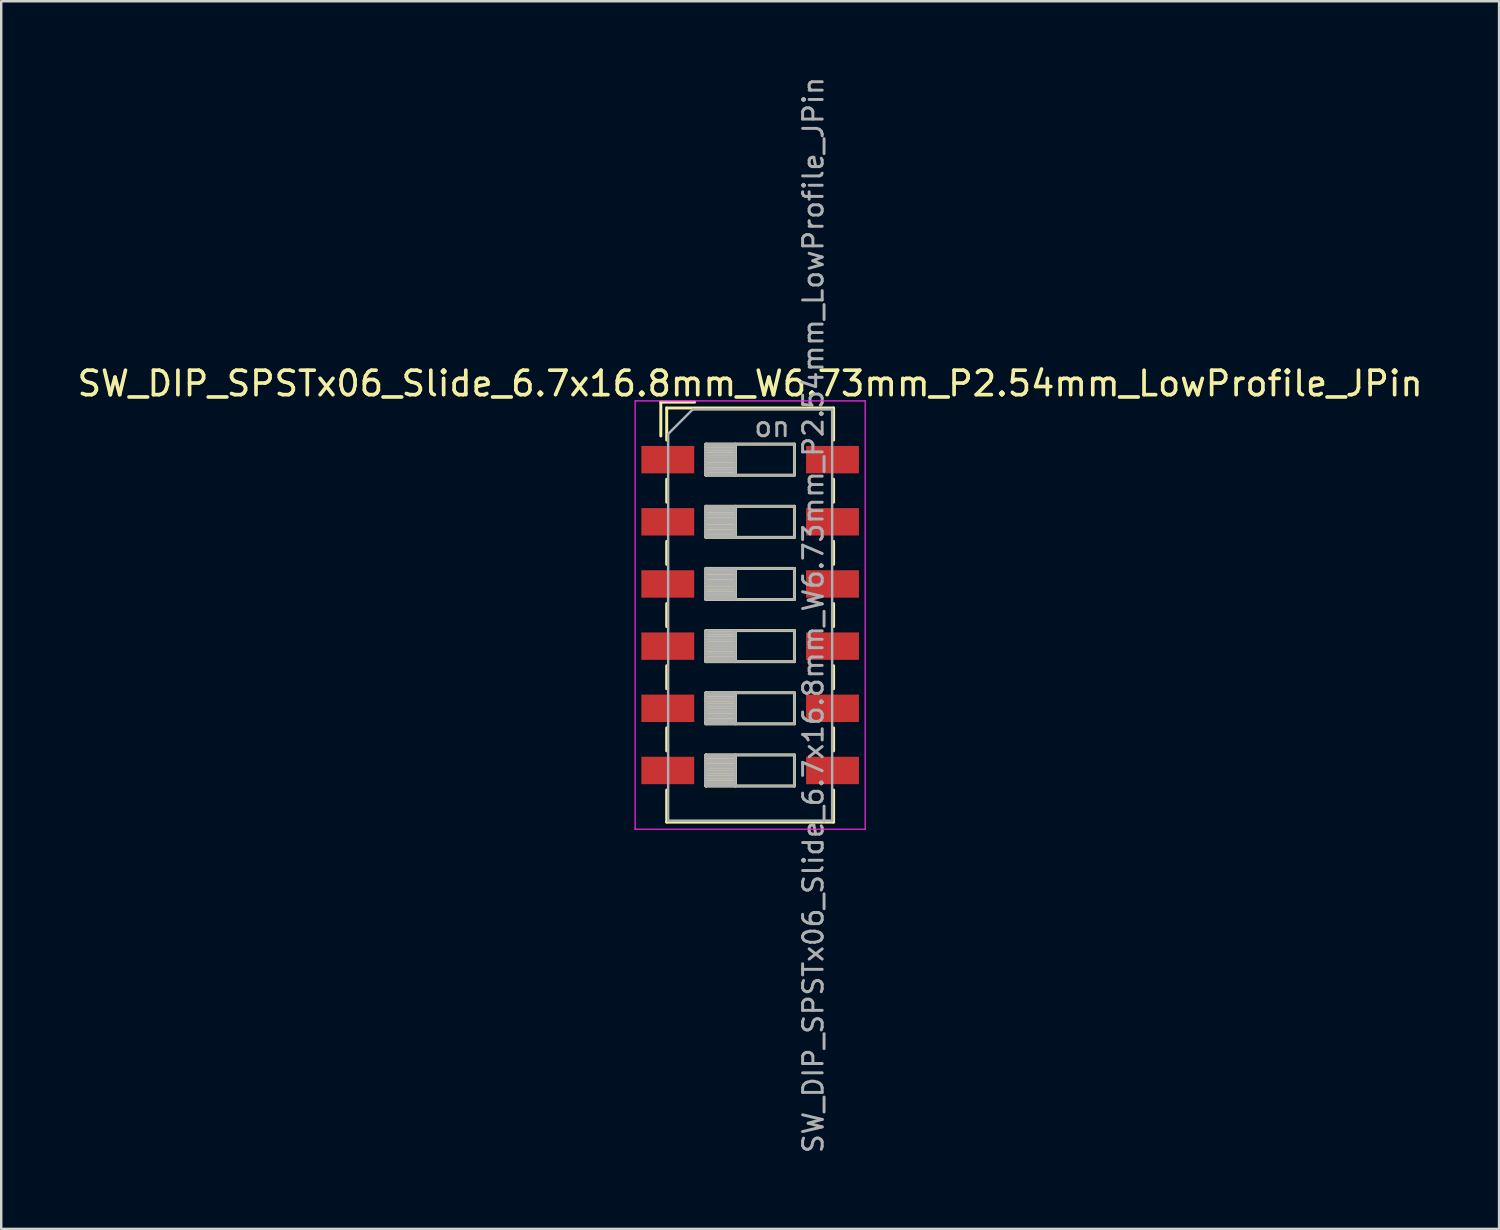
<source format=kicad_pcb>
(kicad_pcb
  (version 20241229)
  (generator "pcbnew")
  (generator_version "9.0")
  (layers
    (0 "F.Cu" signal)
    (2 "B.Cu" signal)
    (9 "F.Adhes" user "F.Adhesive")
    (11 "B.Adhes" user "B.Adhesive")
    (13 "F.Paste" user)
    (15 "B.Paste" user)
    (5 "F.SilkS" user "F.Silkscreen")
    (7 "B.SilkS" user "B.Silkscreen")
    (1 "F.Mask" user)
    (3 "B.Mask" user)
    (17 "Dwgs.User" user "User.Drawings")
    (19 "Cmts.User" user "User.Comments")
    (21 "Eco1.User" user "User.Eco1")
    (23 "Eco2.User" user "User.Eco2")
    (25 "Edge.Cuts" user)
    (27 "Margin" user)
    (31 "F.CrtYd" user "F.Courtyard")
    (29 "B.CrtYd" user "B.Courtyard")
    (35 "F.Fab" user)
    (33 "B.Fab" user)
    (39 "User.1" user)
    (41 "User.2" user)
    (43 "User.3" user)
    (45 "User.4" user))
  (footprint "SW_DIP_SPSTx06_Slide_6.7x16.8mm_W6.73mm_P2.54mm_LowProfile_JPin"
    (layer "F.Cu")
    (at 27.601 22.081)
    (property "Reference" "SW_DIP_SPSTx06_Slide_6.7x16.8mm_W6.73mm_P2.54mm_LowProfile_JPin" (at 0 -9.46 0) (layer "F.SilkS") (effects (font (size 1 1) (thickness 0.15))))
    (attr smd)
    (fp_line (start -3.65 -8.7) (end -3.65 -7.317) (stroke (width 0.12) (type solid)) (layer "F.SilkS"))
    (fp_line (start -3.65 -8.7) (end -2.267 -8.7) (stroke (width 0.12) (type solid)) (layer "F.SilkS"))
    (fp_line (start -3.41 -8.46) (end -3.41 -7.15) (stroke (width 0.12) (type solid)) (layer "F.SilkS"))
    (fp_line (start -3.41 -8.46) (end 3.41 -8.46) (stroke (width 0.12) (type solid)) (layer "F.SilkS"))
    (fp_line (start -3.41 -5.55) (end -3.41 -4.61) (stroke (width 0.12) (type solid)) (layer "F.SilkS"))
    (fp_line (start -3.41 -3.01) (end -3.41 -2.07) (stroke (width 0.12) (type solid)) (layer "F.SilkS"))
    (fp_line (start -3.41 -0.47) (end -3.41 0.47) (stroke (width 0.12) (type solid)) (layer "F.SilkS"))
    (fp_line (start -3.41 2.07) (end -3.41 3.01) (stroke (width 0.12) (type solid)) (layer "F.SilkS"))
    (fp_line (start -3.41 4.61) (end -3.41 5.55) (stroke (width 0.12) (type solid)) (layer "F.SilkS"))
    (fp_line (start -3.41 7.15) (end -3.41 8.461) (stroke (width 0.12) (type solid)) (layer "F.SilkS"))
    (fp_line (start -3.41 8.461) (end 3.41 8.461) (stroke (width 0.12) (type solid)) (layer "F.SilkS"))
    (fp_line (start -1.81 -6.985) (end -1.81 -5.715) (stroke (width 0.12) (type solid)) (layer "F.SilkS"))
    (fp_line (start -1.81 -6.865) (end -0.603 -6.865) (stroke (width 0.12) (type solid)) (layer "F.SilkS"))
    (fp_line (start -1.81 -6.745) (end -0.603 -6.745) (stroke (width 0.12) (type solid)) (layer "F.SilkS"))
    (fp_line (start -1.81 -6.625) (end -0.603 -6.625) (stroke (width 0.12) (type solid)) (layer "F.SilkS"))
    (fp_line (start -1.81 -6.505) (end -0.603 -6.505) (stroke (width 0.12) (type solid)) (layer "F.SilkS"))
    (fp_line (start -1.81 -6.385) (end -0.603 -6.385) (stroke (width 0.12) (type solid)) (layer "F.SilkS"))
    (fp_line (start -1.81 -6.265) (end -0.603 -6.265) (stroke (width 0.12) (type solid)) (layer "F.SilkS"))
    (fp_line (start -1.81 -6.145) (end -0.603 -6.145) (stroke (width 0.12) (type solid)) (layer "F.SilkS"))
    (fp_line (start -1.81 -6.025) (end -0.603 -6.025) (stroke (width 0.12) (type solid)) (layer "F.SilkS"))
    (fp_line (start -1.81 -5.905) (end -0.603 -5.905) (stroke (width 0.12) (type solid)) (layer "F.SilkS"))
    (fp_line (start -1.81 -5.785) (end -0.603 -5.785) (stroke (width 0.12) (type solid)) (layer "F.SilkS"))
    (fp_line (start -1.81 -5.715) (end 1.81 -5.715) (stroke (width 0.12) (type solid)) (layer "F.SilkS"))
    (fp_line (start -1.81 -4.445) (end -1.81 -3.175) (stroke (width 0.12) (type solid)) (layer "F.SilkS"))
    (fp_line (start -1.81 -4.325) (end -0.603 -4.325) (stroke (width 0.12) (type solid)) (layer "F.SilkS"))
    (fp_line (start -1.81 -4.205) (end -0.603 -4.205) (stroke (width 0.12) (type solid)) (layer "F.SilkS"))
    (fp_line (start -1.81 -4.085) (end -0.603 -4.085) (stroke (width 0.12) (type solid)) (layer "F.SilkS"))
    (fp_line (start -1.81 -3.965) (end -0.603 -3.965) (stroke (width 0.12) (type solid)) (layer "F.SilkS"))
    (fp_line (start -1.81 -3.845) (end -0.603 -3.845) (stroke (width 0.12) (type solid)) (layer "F.SilkS"))
    (fp_line (start -1.81 -3.725) (end -0.603 -3.725) (stroke (width 0.12) (type solid)) (layer "F.SilkS"))
    (fp_line (start -1.81 -3.605) (end -0.603 -3.605) (stroke (width 0.12) (type solid)) (layer "F.SilkS"))
    (fp_line (start -1.81 -3.485) (end -0.603 -3.485) (stroke (width 0.12) (type solid)) (layer "F.SilkS"))
    (fp_line (start -1.81 -3.365) (end -0.603 -3.365) (stroke (width 0.12) (type solid)) (layer "F.SilkS"))
    (fp_line (start -1.81 -3.245) (end -0.603 -3.245) (stroke (width 0.12) (type solid)) (layer "F.SilkS"))
    (fp_line (start -1.81 -3.175) (end 1.81 -3.175) (stroke (width 0.12) (type solid)) (layer "F.SilkS"))
    (fp_line (start -1.81 -1.905) (end -1.81 -0.635) (stroke (width 0.12) (type solid)) (layer "F.SilkS"))
    (fp_line (start -1.81 -1.785) (end -0.603 -1.785) (stroke (width 0.12) (type solid)) (layer "F.SilkS"))
    (fp_line (start -1.81 -1.665) (end -0.603 -1.665) (stroke (width 0.12) (type solid)) (layer "F.SilkS"))
    (fp_line (start -1.81 -1.545) (end -0.603 -1.545) (stroke (width 0.12) (type solid)) (layer "F.SilkS"))
    (fp_line (start -1.81 -1.425) (end -0.603 -1.425) (stroke (width 0.12) (type solid)) (layer "F.SilkS"))
    (fp_line (start -1.81 -1.305) (end -0.603 -1.305) (stroke (width 0.12) (type solid)) (layer "F.SilkS"))
    (fp_line (start -1.81 -1.185) (end -0.603 -1.185) (stroke (width 0.12) (type solid)) (layer "F.SilkS"))
    (fp_line (start -1.81 -1.065) (end -0.603 -1.065) (stroke (width 0.12) (type solid)) (layer "F.SilkS"))
    (fp_line (start -1.81 -0.945) (end -0.603 -0.945) (stroke (width 0.12) (type solid)) (layer "F.SilkS"))
    (fp_line (start -1.81 -0.825) (end -0.603 -0.825) (stroke (width 0.12) (type solid)) (layer "F.SilkS"))
    (fp_line (start -1.81 -0.705) (end -0.603 -0.705) (stroke (width 0.12) (type solid)) (layer "F.SilkS"))
    (fp_line (start -1.81 -0.635) (end 1.81 -0.635) (stroke (width 0.12) (type solid)) (layer "F.SilkS"))
    (fp_line (start -1.81 0.635) (end -1.81 1.905) (stroke (width 0.12) (type solid)) (layer "F.SilkS"))
    (fp_line (start -1.81 0.755) (end -0.603 0.755) (stroke (width 0.12) (type solid)) (layer "F.SilkS"))
    (fp_line (start -1.81 0.875) (end -0.603 0.875) (stroke (width 0.12) (type solid)) (layer "F.SilkS"))
    (fp_line (start -1.81 0.995) (end -0.603 0.995) (stroke (width 0.12) (type solid)) (layer "F.SilkS"))
    (fp_line (start -1.81 1.115) (end -0.603 1.115) (stroke (width 0.12) (type solid)) (layer "F.SilkS"))
    (fp_line (start -1.81 1.235) (end -0.603 1.235) (stroke (width 0.12) (type solid)) (layer "F.SilkS"))
    (fp_line (start -1.81 1.355) (end -0.603 1.355) (stroke (width 0.12) (type solid)) (layer "F.SilkS"))
    (fp_line (start -1.81 1.475) (end -0.603 1.475) (stroke (width 0.12) (type solid)) (layer "F.SilkS"))
    (fp_line (start -1.81 1.595) (end -0.603 1.595) (stroke (width 0.12) (type solid)) (layer "F.SilkS"))
    (fp_line (start -1.81 1.715) (end -0.603 1.715) (stroke (width 0.12) (type solid)) (layer "F.SilkS"))
    (fp_line (start -1.81 1.835) (end -0.603 1.835) (stroke (width 0.12) (type solid)) (layer "F.SilkS"))
    (fp_line (start -1.81 1.905) (end 1.81 1.905) (stroke (width 0.12) (type solid)) (layer "F.SilkS"))
    (fp_line (start -1.81 3.175) (end -1.81 4.445) (stroke (width 0.12) (type solid)) (layer "F.SilkS"))
    (fp_line (start -1.81 3.295) (end -0.603 3.295) (stroke (width 0.12) (type solid)) (layer "F.SilkS"))
    (fp_line (start -1.81 3.415) (end -0.603 3.415) (stroke (width 0.12) (type solid)) (layer "F.SilkS"))
    (fp_line (start -1.81 3.535) (end -0.603 3.535) (stroke (width 0.12) (type solid)) (layer "F.SilkS"))
    (fp_line (start -1.81 3.655) (end -0.603 3.655) (stroke (width 0.12) (type solid)) (layer "F.SilkS"))
    (fp_line (start -1.81 3.775) (end -0.603 3.775) (stroke (width 0.12) (type solid)) (layer "F.SilkS"))
    (fp_line (start -1.81 3.895) (end -0.603 3.895) (stroke (width 0.12) (type solid)) (layer "F.SilkS"))
    (fp_line (start -1.81 4.015) (end -0.603 4.015) (stroke (width 0.12) (type solid)) (layer "F.SilkS"))
    (fp_line (start -1.81 4.135) (end -0.603 4.135) (stroke (width 0.12) (type solid)) (layer "F.SilkS"))
    (fp_line (start -1.81 4.255) (end -0.603 4.255) (stroke (width 0.12) (type solid)) (layer "F.SilkS"))
    (fp_line (start -1.81 4.375) (end -0.603 4.375) (stroke (width 0.12) (type solid)) (layer "F.SilkS"))
    (fp_line (start -1.81 4.445) (end 1.81 4.445) (stroke (width 0.12) (type solid)) (layer "F.SilkS"))
    (fp_line (start -1.81 5.715) (end -1.81 6.985) (stroke (width 0.12) (type solid)) (layer "F.SilkS"))
    (fp_line (start -1.81 5.835) (end -0.603 5.835) (stroke (width 0.12) (type solid)) (layer "F.SilkS"))
    (fp_line (start -1.81 5.955) (end -0.603 5.955) (stroke (width 0.12) (type solid)) (layer "F.SilkS"))
    (fp_line (start -1.81 6.075) (end -0.603 6.075) (stroke (width 0.12) (type solid)) (layer "F.SilkS"))
    (fp_line (start -1.81 6.195) (end -0.603 6.195) (stroke (width 0.12) (type solid)) (layer "F.SilkS"))
    (fp_line (start -1.81 6.315) (end -0.603 6.315) (stroke (width 0.12) (type solid)) (layer "F.SilkS"))
    (fp_line (start -1.81 6.435) (end -0.603 6.435) (stroke (width 0.12) (type solid)) (layer "F.SilkS"))
    (fp_line (start -1.81 6.555) (end -0.603 6.555) (stroke (width 0.12) (type solid)) (layer "F.SilkS"))
    (fp_line (start -1.81 6.675) (end -0.603 6.675) (stroke (width 0.12) (type solid)) (layer "F.SilkS"))
    (fp_line (start -1.81 6.795) (end -0.603 6.795) (stroke (width 0.12) (type solid)) (layer "F.SilkS"))
    (fp_line (start -1.81 6.915) (end -0.603 6.915) (stroke (width 0.12) (type solid)) (layer "F.SilkS"))
    (fp_line (start -1.81 6.985) (end 1.81 6.985) (stroke (width 0.12) (type solid)) (layer "F.SilkS"))
    (fp_line (start -0.603 -6.985) (end -0.603 -5.715) (stroke (width 0.12) (type solid)) (layer "F.SilkS"))
    (fp_line (start -0.603 -4.445) (end -0.603 -3.175) (stroke (width 0.12) (type solid)) (layer "F.SilkS"))
    (fp_line (start -0.603 -1.905) (end -0.603 -0.635) (stroke (width 0.12) (type solid)) (layer "F.SilkS"))
    (fp_line (start -0.603 0.635) (end -0.603 1.905) (stroke (width 0.12) (type solid)) (layer "F.SilkS"))
    (fp_line (start -0.603 3.175) (end -0.603 4.445) (stroke (width 0.12) (type solid)) (layer "F.SilkS"))
    (fp_line (start -0.603 5.715) (end -0.603 6.985) (stroke (width 0.12) (type solid)) (layer "F.SilkS"))
    (fp_line (start 1.81 -6.985) (end -1.81 -6.985) (stroke (width 0.12) (type solid)) (layer "F.SilkS"))
    (fp_line (start 1.81 -5.715) (end 1.81 -6.985) (stroke (width 0.12) (type solid)) (layer "F.SilkS"))
    (fp_line (start 1.81 -4.445) (end -1.81 -4.445) (stroke (width 0.12) (type solid)) (layer "F.SilkS"))
    (fp_line (start 1.81 -3.175) (end 1.81 -4.445) (stroke (width 0.12) (type solid)) (layer "F.SilkS"))
    (fp_line (start 1.81 -1.905) (end -1.81 -1.905) (stroke (width 0.12) (type solid)) (layer "F.SilkS"))
    (fp_line (start 1.81 -0.635) (end 1.81 -1.905) (stroke (width 0.12) (type solid)) (layer "F.SilkS"))
    (fp_line (start 1.81 0.635) (end -1.81 0.635) (stroke (width 0.12) (type solid)) (layer "F.SilkS"))
    (fp_line (start 1.81 1.905) (end 1.81 0.635) (stroke (width 0.12) (type solid)) (layer "F.SilkS"))
    (fp_line (start 1.81 3.175) (end -1.81 3.175) (stroke (width 0.12) (type solid)) (layer "F.SilkS"))
    (fp_line (start 1.81 4.445) (end 1.81 3.175) (stroke (width 0.12) (type solid)) (layer "F.SilkS"))
    (fp_line (start 1.81 5.715) (end -1.81 5.715) (stroke (width 0.12) (type solid)) (layer "F.SilkS"))
    (fp_line (start 1.81 6.985) (end 1.81 5.715) (stroke (width 0.12) (type solid)) (layer "F.SilkS"))
    (fp_line (start 3.41 -8.46) (end 3.41 -7.15) (stroke (width 0.12) (type solid)) (layer "F.SilkS"))
    (fp_line (start 3.41 -5.55) (end 3.41 -4.61) (stroke (width 0.12) (type solid)) (layer "F.SilkS"))
    (fp_line (start 3.41 -3.01) (end 3.41 -2.07) (stroke (width 0.12) (type solid)) (layer "F.SilkS"))
    (fp_line (start 3.41 -0.47) (end 3.41 0.47) (stroke (width 0.12) (type solid)) (layer "F.SilkS"))
    (fp_line (start 3.41 2.07) (end 3.41 3.01) (stroke (width 0.12) (type solid)) (layer "F.SilkS"))
    (fp_line (start 3.41 4.61) (end 3.41 5.55) (stroke (width 0.12) (type solid)) (layer "F.SilkS"))
    (fp_line (start 3.41 7.15) (end 3.41 8.461) (stroke (width 0.12) (type solid)) (layer "F.SilkS"))
    (fp_line (start -4.7 -8.75) (end -4.7 8.75) (stroke (width 0.05) (type solid)) (layer "F.CrtYd"))
    (fp_line (start -4.7 8.75) (end 4.7 8.75) (stroke (width 0.05) (type solid)) (layer "F.CrtYd"))
    (fp_line (start 4.7 -8.75) (end -4.7 -8.75) (stroke (width 0.05) (type solid)) (layer "F.CrtYd"))
    (fp_line (start 4.7 8.75) (end 4.7 -8.75) (stroke (width 0.05) (type solid)) (layer "F.CrtYd"))
    (fp_line (start -3.35 -7.4) (end -2.35 -8.4) (stroke (width 0.1) (type solid)) (layer "F.Fab"))
    (fp_line (start -3.35 8.4) (end -3.35 -7.4) (stroke (width 0.1) (type solid)) (layer "F.Fab"))
    (fp_line (start -2.35 -8.4) (end 3.35 -8.4) (stroke (width 0.1) (type solid)) (layer "F.Fab"))
    (fp_line (start -1.81 -6.985) (end -1.81 -5.715) (stroke (width 0.1) (type solid)) (layer "F.Fab"))
    (fp_line (start -1.81 -6.885) (end -0.603 -6.885) (stroke (width 0.1) (type solid)) (layer "F.Fab"))
    (fp_line (start -1.81 -6.785) (end -0.603 -6.785) (stroke (width 0.1) (type solid)) (layer "F.Fab"))
    (fp_line (start -1.81 -6.685) (end -0.603 -6.685) (stroke (width 0.1) (type solid)) (layer "F.Fab"))
    (fp_line (start -1.81 -6.585) (end -0.603 -6.585) (stroke (width 0.1) (type solid)) (layer "F.Fab"))
    (fp_line (start -1.81 -6.485) (end -0.603 -6.485) (stroke (width 0.1) (type solid)) (layer "F.Fab"))
    (fp_line (start -1.81 -6.385) (end -0.603 -6.385) (stroke (width 0.1) (type solid)) (layer "F.Fab"))
    (fp_line (start -1.81 -6.285) (end -0.603 -6.285) (stroke (width 0.1) (type solid)) (layer "F.Fab"))
    (fp_line (start -1.81 -6.185) (end -0.603 -6.185) (stroke (width 0.1) (type solid)) (layer "F.Fab"))
    (fp_line (start -1.81 -6.085) (end -0.603 -6.085) (stroke (width 0.1) (type solid)) (layer "F.Fab"))
    (fp_line (start -1.81 -5.985) (end -0.603 -5.985) (stroke (width 0.1) (type solid)) (layer "F.Fab"))
    (fp_line (start -1.81 -5.885) (end -0.603 -5.885) (stroke (width 0.1) (type solid)) (layer "F.Fab"))
    (fp_line (start -1.81 -5.785) (end -0.603 -5.785) (stroke (width 0.1) (type solid)) (layer "F.Fab"))
    (fp_line (start -1.81 -5.715) (end 1.81 -5.715) (stroke (width 0.1) (type solid)) (layer "F.Fab"))
    (fp_line (start -1.81 -4.445) (end -1.81 -3.175) (stroke (width 0.1) (type solid)) (layer "F.Fab"))
    (fp_line (start -1.81 -4.345) (end -0.603 -4.345) (stroke (width 0.1) (type solid)) (layer "F.Fab"))
    (fp_line (start -1.81 -4.245) (end -0.603 -4.245) (stroke (width 0.1) (type solid)) (layer "F.Fab"))
    (fp_line (start -1.81 -4.145) (end -0.603 -4.145) (stroke (width 0.1) (type solid)) (layer "F.Fab"))
    (fp_line (start -1.81 -4.045) (end -0.603 -4.045) (stroke (width 0.1) (type solid)) (layer "F.Fab"))
    (fp_line (start -1.81 -3.945) (end -0.603 -3.945) (stroke (width 0.1) (type solid)) (layer "F.Fab"))
    (fp_line (start -1.81 -3.845) (end -0.603 -3.845) (stroke (width 0.1) (type solid)) (layer "F.Fab"))
    (fp_line (start -1.81 -3.745) (end -0.603 -3.745) (stroke (width 0.1) (type solid)) (layer "F.Fab"))
    (fp_line (start -1.81 -3.645) (end -0.603 -3.645) (stroke (width 0.1) (type solid)) (layer "F.Fab"))
    (fp_line (start -1.81 -3.545) (end -0.603 -3.545) (stroke (width 0.1) (type solid)) (layer "F.Fab"))
    (fp_line (start -1.81 -3.445) (end -0.603 -3.445) (stroke (width 0.1) (type solid)) (layer "F.Fab"))
    (fp_line (start -1.81 -3.345) (end -0.603 -3.345) (stroke (width 0.1) (type solid)) (layer "F.Fab"))
    (fp_line (start -1.81 -3.245) (end -0.603 -3.245) (stroke (width 0.1) (type solid)) (layer "F.Fab"))
    (fp_line (start -1.81 -3.175) (end 1.81 -3.175) (stroke (width 0.1) (type solid)) (layer "F.Fab"))
    (fp_line (start -1.81 -1.905) (end -1.81 -0.635) (stroke (width 0.1) (type solid)) (layer "F.Fab"))
    (fp_line (start -1.81 -1.805) (end -0.603 -1.805) (stroke (width 0.1) (type solid)) (layer "F.Fab"))
    (fp_line (start -1.81 -1.705) (end -0.603 -1.705) (stroke (width 0.1) (type solid)) (layer "F.Fab"))
    (fp_line (start -1.81 -1.605) (end -0.603 -1.605) (stroke (width 0.1) (type solid)) (layer "F.Fab"))
    (fp_line (start -1.81 -1.505) (end -0.603 -1.505) (stroke (width 0.1) (type solid)) (layer "F.Fab"))
    (fp_line (start -1.81 -1.405) (end -0.603 -1.405) (stroke (width 0.1) (type solid)) (layer "F.Fab"))
    (fp_line (start -1.81 -1.305) (end -0.603 -1.305) (stroke (width 0.1) (type solid)) (layer "F.Fab"))
    (fp_line (start -1.81 -1.205) (end -0.603 -1.205) (stroke (width 0.1) (type solid)) (layer "F.Fab"))
    (fp_line (start -1.81 -1.105) (end -0.603 -1.105) (stroke (width 0.1) (type solid)) (layer "F.Fab"))
    (fp_line (start -1.81 -1.005) (end -0.603 -1.005) (stroke (width 0.1) (type solid)) (layer "F.Fab"))
    (fp_line (start -1.81 -0.905) (end -0.603 -0.905) (stroke (width 0.1) (type solid)) (layer "F.Fab"))
    (fp_line (start -1.81 -0.805) (end -0.603 -0.805) (stroke (width 0.1) (type solid)) (layer "F.Fab"))
    (fp_line (start -1.81 -0.705) (end -0.603 -0.705) (stroke (width 0.1) (type solid)) (layer "F.Fab"))
    (fp_line (start -1.81 -0.635) (end 1.81 -0.635) (stroke (width 0.1) (type solid)) (layer "F.Fab"))
    (fp_line (start -1.81 0.635) (end -1.81 1.905) (stroke (width 0.1) (type solid)) (layer "F.Fab"))
    (fp_line (start -1.81 0.735) (end -0.603 0.735) (stroke (width 0.1) (type solid)) (layer "F.Fab"))
    (fp_line (start -1.81 0.835) (end -0.603 0.835) (stroke (width 0.1) (type solid)) (layer "F.Fab"))
    (fp_line (start -1.81 0.935) (end -0.603 0.935) (stroke (width 0.1) (type solid)) (layer "F.Fab"))
    (fp_line (start -1.81 1.035) (end -0.603 1.035) (stroke (width 0.1) (type solid)) (layer "F.Fab"))
    (fp_line (start -1.81 1.135) (end -0.603 1.135) (stroke (width 0.1) (type solid)) (layer "F.Fab"))
    (fp_line (start -1.81 1.235) (end -0.603 1.235) (stroke (width 0.1) (type solid)) (layer "F.Fab"))
    (fp_line (start -1.81 1.335) (end -0.603 1.335) (stroke (width 0.1) (type solid)) (layer "F.Fab"))
    (fp_line (start -1.81 1.435) (end -0.603 1.435) (stroke (width 0.1) (type solid)) (layer "F.Fab"))
    (fp_line (start -1.81 1.535) (end -0.603 1.535) (stroke (width 0.1) (type solid)) (layer "F.Fab"))
    (fp_line (start -1.81 1.635) (end -0.603 1.635) (stroke (width 0.1) (type solid)) (layer "F.Fab"))
    (fp_line (start -1.81 1.735) (end -0.603 1.735) (stroke (width 0.1) (type solid)) (layer "F.Fab"))
    (fp_line (start -1.81 1.835) (end -0.603 1.835) (stroke (width 0.1) (type solid)) (layer "F.Fab"))
    (fp_line (start -1.81 1.905) (end 1.81 1.905) (stroke (width 0.1) (type solid)) (layer "F.Fab"))
    (fp_line (start -1.81 3.175) (end -1.81 4.445) (stroke (width 0.1) (type solid)) (layer "F.Fab"))
    (fp_line (start -1.81 3.275) (end -0.603 3.275) (stroke (width 0.1) (type solid)) (layer "F.Fab"))
    (fp_line (start -1.81 3.375) (end -0.603 3.375) (stroke (width 0.1) (type solid)) (layer "F.Fab"))
    (fp_line (start -1.81 3.475) (end -0.603 3.475) (stroke (width 0.1) (type solid)) (layer "F.Fab"))
    (fp_line (start -1.81 3.575) (end -0.603 3.575) (stroke (width 0.1) (type solid)) (layer "F.Fab"))
    (fp_line (start -1.81 3.675) (end -0.603 3.675) (stroke (width 0.1) (type solid)) (layer "F.Fab"))
    (fp_line (start -1.81 3.775) (end -0.603 3.775) (stroke (width 0.1) (type solid)) (layer "F.Fab"))
    (fp_line (start -1.81 3.875) (end -0.603 3.875) (stroke (width 0.1) (type solid)) (layer "F.Fab"))
    (fp_line (start -1.81 3.975) (end -0.603 3.975) (stroke (width 0.1) (type solid)) (layer "F.Fab"))
    (fp_line (start -1.81 4.075) (end -0.603 4.075) (stroke (width 0.1) (type solid)) (layer "F.Fab"))
    (fp_line (start -1.81 4.175) (end -0.603 4.175) (stroke (width 0.1) (type solid)) (layer "F.Fab"))
    (fp_line (start -1.81 4.275) (end -0.603 4.275) (stroke (width 0.1) (type solid)) (layer "F.Fab"))
    (fp_line (start -1.81 4.375) (end -0.603 4.375) (stroke (width 0.1) (type solid)) (layer "F.Fab"))
    (fp_line (start -1.81 4.445) (end 1.81 4.445) (stroke (width 0.1) (type solid)) (layer "F.Fab"))
    (fp_line (start -1.81 5.715) (end -1.81 6.985) (stroke (width 0.1) (type solid)) (layer "F.Fab"))
    (fp_line (start -1.81 5.815) (end -0.603 5.815) (stroke (width 0.1) (type solid)) (layer "F.Fab"))
    (fp_line (start -1.81 5.915) (end -0.603 5.915) (stroke (width 0.1) (type solid)) (layer "F.Fab"))
    (fp_line (start -1.81 6.015) (end -0.603 6.015) (stroke (width 0.1) (type solid)) (layer "F.Fab"))
    (fp_line (start -1.81 6.115) (end -0.603 6.115) (stroke (width 0.1) (type solid)) (layer "F.Fab"))
    (fp_line (start -1.81 6.215) (end -0.603 6.215) (stroke (width 0.1) (type solid)) (layer "F.Fab"))
    (fp_line (start -1.81 6.315) (end -0.603 6.315) (stroke (width 0.1) (type solid)) (layer "F.Fab"))
    (fp_line (start -1.81 6.415) (end -0.603 6.415) (stroke (width 0.1) (type solid)) (layer "F.Fab"))
    (fp_line (start -1.81 6.515) (end -0.603 6.515) (stroke (width 0.1) (type solid)) (layer "F.Fab"))
    (fp_line (start -1.81 6.615) (end -0.603 6.615) (stroke (width 0.1) (type solid)) (layer "F.Fab"))
    (fp_line (start -1.81 6.715) (end -0.603 6.715) (stroke (width 0.1) (type solid)) (layer "F.Fab"))
    (fp_line (start -1.81 6.815) (end -0.603 6.815) (stroke (width 0.1) (type solid)) (layer "F.Fab"))
    (fp_line (start -1.81 6.915) (end -0.603 6.915) (stroke (width 0.1) (type solid)) (layer "F.Fab"))
    (fp_line (start -1.81 6.985) (end 1.81 6.985) (stroke (width 0.1) (type solid)) (layer "F.Fab"))
    (fp_line (start -0.603 -6.985) (end -0.603 -5.715) (stroke (width 0.1) (type solid)) (layer "F.Fab"))
    (fp_line (start -0.603 -4.445) (end -0.603 -3.175) (stroke (width 0.1) (type solid)) (layer "F.Fab"))
    (fp_line (start -0.603 -1.905) (end -0.603 -0.635) (stroke (width 0.1) (type solid)) (layer "F.Fab"))
    (fp_line (start -0.603 0.635) (end -0.603 1.905) (stroke (width 0.1) (type solid)) (layer "F.Fab"))
    (fp_line (start -0.603 3.175) (end -0.603 4.445) (stroke (width 0.1) (type solid)) (layer "F.Fab"))
    (fp_line (start -0.603 5.715) (end -0.603 6.985) (stroke (width 0.1) (type solid)) (layer "F.Fab"))
    (fp_line (start 1.81 -6.985) (end -1.81 -6.985) (stroke (width 0.1) (type solid)) (layer "F.Fab"))
    (fp_line (start 1.81 -5.715) (end 1.81 -6.985) (stroke (width 0.1) (type solid)) (layer "F.Fab"))
    (fp_line (start 1.81 -4.445) (end -1.81 -4.445) (stroke (width 0.1) (type solid)) (layer "F.Fab"))
    (fp_line (start 1.81 -3.175) (end 1.81 -4.445) (stroke (width 0.1) (type solid)) (layer "F.Fab"))
    (fp_line (start 1.81 -1.905) (end -1.81 -1.905) (stroke (width 0.1) (type solid)) (layer "F.Fab"))
    (fp_line (start 1.81 -0.635) (end 1.81 -1.905) (stroke (width 0.1) (type solid)) (layer "F.Fab"))
    (fp_line (start 1.81 0.635) (end -1.81 0.635) (stroke (width 0.1) (type solid)) (layer "F.Fab"))
    (fp_line (start 1.81 1.905) (end 1.81 0.635) (stroke (width 0.1) (type solid)) (layer "F.Fab"))
    (fp_line (start 1.81 3.175) (end -1.81 3.175) (stroke (width 0.1) (type solid)) (layer "F.Fab"))
    (fp_line (start 1.81 4.445) (end 1.81 3.175) (stroke (width 0.1) (type solid)) (layer "F.Fab"))
    (fp_line (start 1.81 5.715) (end -1.81 5.715) (stroke (width 0.1) (type solid)) (layer "F.Fab"))
    (fp_line (start 1.81 6.985) (end 1.81 5.715) (stroke (width 0.1) (type solid)) (layer "F.Fab"))
    (fp_line (start 3.35 -8.4) (end 3.35 8.4) (stroke (width 0.1) (type solid)) (layer "F.Fab"))
    (fp_line (start 3.35 8.4) (end -3.35 8.4) (stroke (width 0.1) (type solid)) (layer "F.Fab"))
    (fp_text user "on" (at 0.897 -7.692 0) (layer "F.Fab") (effects (font (size 0.8 0.8) (thickness 0.12))))
    (fp_text user "${REFERENCE}" (at 2.58 0 90) (layer "F.Fab") (effects (font (size 0.8 0.8) (thickness 0.12))))
    (pad "1" smd rect (at -3.365 -6.35) (size 2.16 1.12) (layers "F.Cu" "F.Mask" "F.Paste"))
    (pad "2" smd rect (at -3.365 -3.81) (size 2.16 1.12) (layers "F.Cu" "F.Mask" "F.Paste"))
    (pad "3" smd rect (at -3.365 -1.27) (size 2.16 1.12) (layers "F.Cu" "F.Mask" "F.Paste"))
    (pad "4" smd rect (at -3.365 1.27) (size 2.16 1.12) (layers "F.Cu" "F.Mask" "F.Paste"))
    (pad "5" smd rect (at -3.365 3.81) (size 2.16 1.12) (layers "F.Cu" "F.Mask" "F.Paste"))
    (pad "6" smd rect (at -3.365 6.35) (size 2.16 1.12) (layers "F.Cu" "F.Mask" "F.Paste"))
    (pad "7" smd rect (at 3.365 6.35) (size 2.16 1.12) (layers "F.Cu" "F.Mask" "F.Paste"))
    (pad "8" smd rect (at 3.365 3.81) (size 2.16 1.12) (layers "F.Cu" "F.Mask" "F.Paste"))
    (pad "9" smd rect (at 3.365 1.27) (size 2.16 1.12) (layers "F.Cu" "F.Mask" "F.Paste"))
    (pad "10" smd rect (at 3.365 -1.27) (size 2.16 1.12) (layers "F.Cu" "F.Mask" "F.Paste"))
    (pad "11" smd rect (at 3.365 -3.81) (size 2.16 1.12) (layers "F.Cu" "F.Mask" "F.Paste"))
    (pad "12" smd rect (at 3.365 -6.35) (size 2.16 1.12) (layers "F.Cu" "F.Mask" "F.Paste")))
  (gr_rect
    (start -3 -3)
    (end 58.202 47.162)
    (stroke (width 0.1) (type default))
    (fill no)
    (layer "Edge.Cuts")))
</source>
